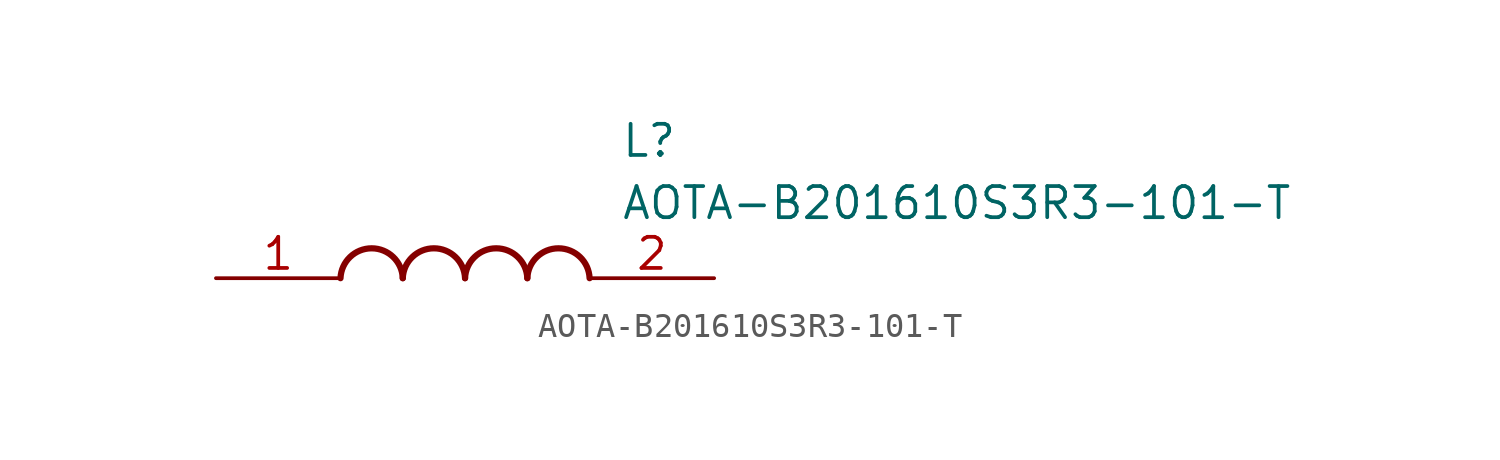
<source format=kicad_sym>
(kicad_symbol_lib
  (version 20211014)
  (generator SamacSys_ECAD_Model)
  (symbol "AOTA-B201610S3R3-101-T"
    (pin_names hide)
    (property "Reference" "L"
      (at 16.51 6.35 0)
      (effects (font (size 1.27 1.27)) (justify left top)))
    (property "Value" "AOTA-B201610S3R3-101-T"
      (at 16.51 3.81 0)
      (effects (font (size 1.27 1.27)) (justify left top)))
    (arc
      (start 7.62 0)
      (mid 6.35 1.219)
      (end 5.08 0)
      (stroke (width 0.254) (type default))
      (fill (type none)))
    (arc
      (start 10.16 0)
      (mid 8.89 1.219)
      (end 7.62 0)
      (stroke (width 0.254) (type default))
      (fill (type none)))
    (arc
      (start 12.7 0)
      (mid 11.43 1.219)
      (end 10.16 0)
      (stroke (width 0.254) (type default))
      (fill (type none)))
    (arc
      (start 15.24 0)
      (mid 13.97 1.219)
      (end 12.7 0)
      (stroke (width 0.254) (type default))
      (fill (type none)))
    (pin passive line
      (at 0 0 0)
      (length 5.08)
      (name "1" (effects (font (size 1.27 1.27))))
      (number "1" (effects (font (size 1.27 1.27)))))
    (pin passive line
      (at 20.32 0 180)
      (length 5.08)
      (name "2" (effects (font (size 1.27 1.27))))
      (number "2" (effects (font (size 1.27 1.27)))))))
</source>
